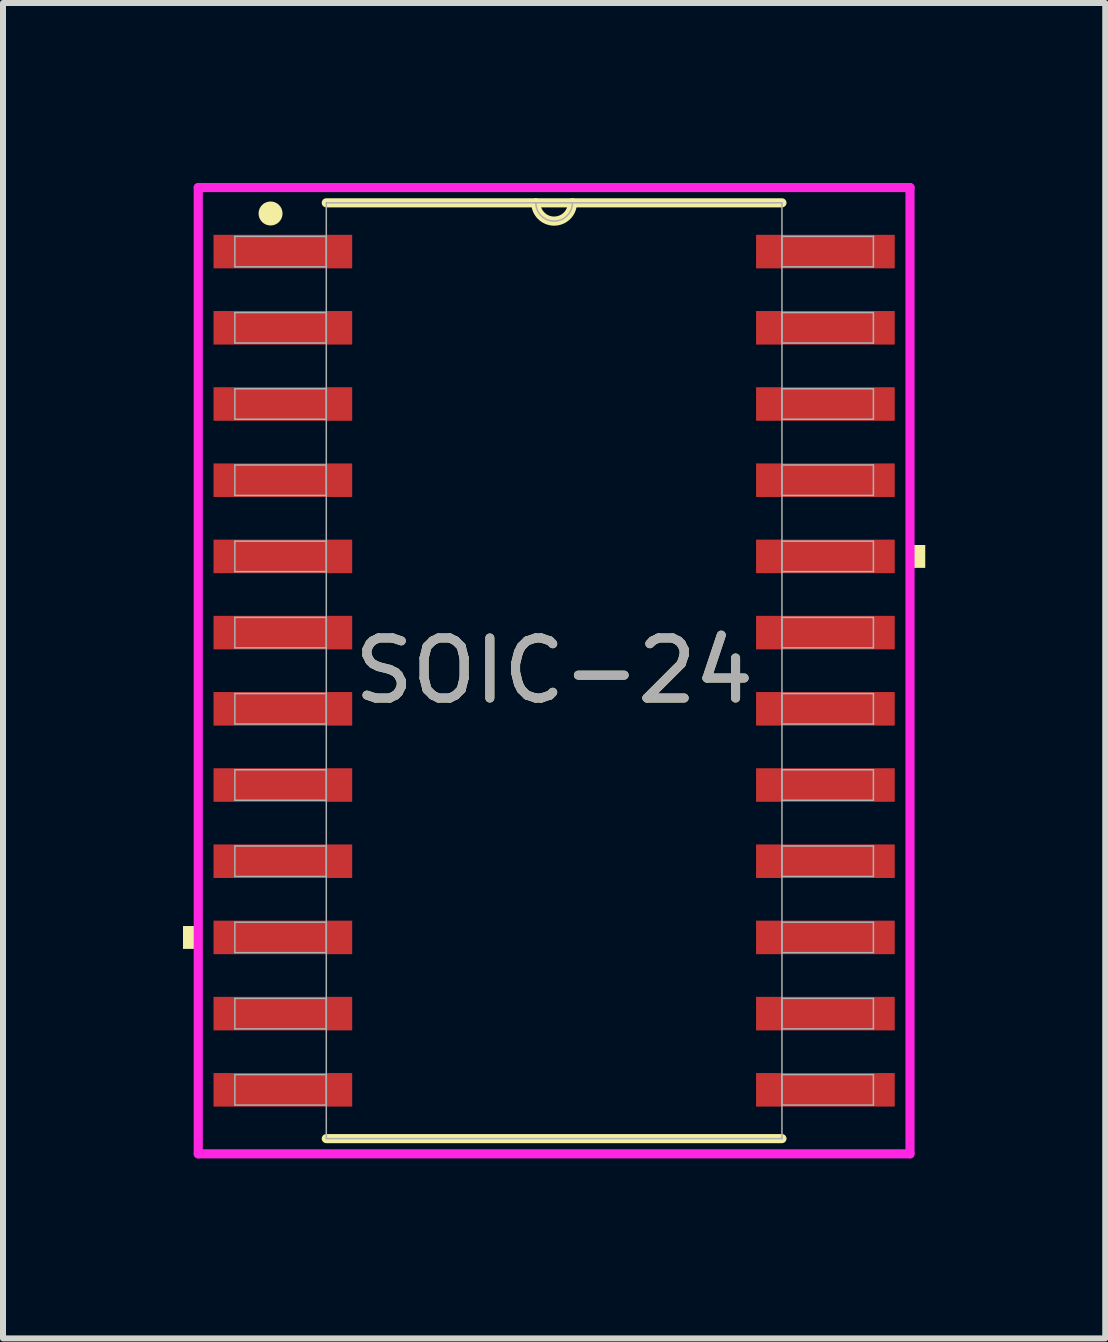
<source format=kicad_pcb>
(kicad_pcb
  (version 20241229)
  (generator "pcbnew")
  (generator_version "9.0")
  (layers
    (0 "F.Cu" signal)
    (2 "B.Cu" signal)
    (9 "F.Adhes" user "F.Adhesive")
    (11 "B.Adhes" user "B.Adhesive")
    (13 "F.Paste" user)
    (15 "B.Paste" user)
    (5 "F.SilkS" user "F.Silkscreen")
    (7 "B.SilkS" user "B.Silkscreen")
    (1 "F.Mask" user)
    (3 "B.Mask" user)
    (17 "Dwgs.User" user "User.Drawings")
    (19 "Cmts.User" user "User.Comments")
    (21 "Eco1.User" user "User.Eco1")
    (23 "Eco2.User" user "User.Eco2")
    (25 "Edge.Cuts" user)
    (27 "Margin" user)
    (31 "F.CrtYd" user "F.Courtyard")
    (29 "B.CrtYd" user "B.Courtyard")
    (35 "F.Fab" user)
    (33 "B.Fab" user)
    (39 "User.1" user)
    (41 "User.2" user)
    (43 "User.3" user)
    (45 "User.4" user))
  (footprint "SOIC-24"
    (layer "F.Cu")
    (at 6.185 8.128)
    (property "Reference" "SOIC-24" (at 0 0 0) (unlocked yes) (layer "F.SilkS") (effects (font (size 1 1) (thickness 0.15))))
    (attr smd)
    (fp_line (start -3.797 7.798) (end 3.797 7.798) (stroke (width 0.152) (type solid)) (layer "F.SilkS"))
    (fp_line (start 3.797 -7.798) (end -3.797 -7.798) (stroke (width 0.152) (type solid)) (layer "F.SilkS"))
    (fp_arc (start 0.3048 -7.7978) (mid 0 -7.493) (end -0.3048 -7.7978) (stroke (width 0.1524) (type solid)) (layer "F.SilkS"))
    (fp_circle (center -4.726 -7.62) (end -4.626 -7.62) (stroke (width 0.2) (type solid)) (fill no) (layer "F.SilkS"))
    (fp_poly (pts (xy -6.185 4.255) (xy -6.185 4.636) (xy -5.931 4.636) (xy -5.931 4.255)) (stroke (width 0) (type solid)) (fill yes) (layer "F.SilkS"))
    (fp_poly (pts (xy 6.185 -2.095) (xy 6.185 -1.714) (xy 5.931 -1.714) (xy 5.931 -2.095)) (stroke (width 0) (type solid)) (fill yes) (layer "F.SilkS"))
    (fp_line (start -5.931 -8.052) (end 5.931 -8.052) (stroke (width 0.152) (type solid)) (layer "F.CrtYd"))
    (fp_line (start -5.931 8.052) (end -5.931 -8.052) (stroke (width 0.152) (type solid)) (layer "F.CrtYd"))
    (fp_line (start 5.931 -8.052) (end 5.931 8.052) (stroke (width 0.152) (type solid)) (layer "F.CrtYd"))
    (fp_line (start 5.931 8.052) (end -5.931 8.052) (stroke (width 0.152) (type solid)) (layer "F.CrtYd"))
    (fp_line (start -5.321 -7.239) (end -5.321 -6.731) (stroke (width 0.025) (type solid)) (layer "F.Fab"))
    (fp_line (start -5.321 -6.731) (end -3.797 -6.731) (stroke (width 0.025) (type solid)) (layer "F.Fab"))
    (fp_line (start -5.321 -5.969) (end -5.321 -5.461) (stroke (width 0.025) (type solid)) (layer "F.Fab"))
    (fp_line (start -5.321 -5.461) (end -3.797 -5.461) (stroke (width 0.025) (type solid)) (layer "F.Fab"))
    (fp_line (start -5.321 -4.699) (end -5.321 -4.191) (stroke (width 0.025) (type solid)) (layer "F.Fab"))
    (fp_line (start -5.321 -4.191) (end -3.797 -4.191) (stroke (width 0.025) (type solid)) (layer "F.Fab"))
    (fp_line (start -5.321 -3.429) (end -5.321 -2.921) (stroke (width 0.025) (type solid)) (layer "F.Fab"))
    (fp_line (start -5.321 -2.921) (end -3.797 -2.921) (stroke (width 0.025) (type solid)) (layer "F.Fab"))
    (fp_line (start -5.321 -2.159) (end -5.321 -1.651) (stroke (width 0.025) (type solid)) (layer "F.Fab"))
    (fp_line (start -5.321 -1.651) (end -3.797 -1.651) (stroke (width 0.025) (type solid)) (layer "F.Fab"))
    (fp_line (start -5.321 -0.889) (end -5.321 -0.381) (stroke (width 0.025) (type solid)) (layer "F.Fab"))
    (fp_line (start -5.321 -0.381) (end -3.797 -0.381) (stroke (width 0.025) (type solid)) (layer "F.Fab"))
    (fp_line (start -5.321 0.381) (end -5.321 0.889) (stroke (width 0.025) (type solid)) (layer "F.Fab"))
    (fp_line (start -5.321 0.889) (end -3.797 0.889) (stroke (width 0.025) (type solid)) (layer "F.Fab"))
    (fp_line (start -5.321 1.651) (end -5.321 2.159) (stroke (width 0.025) (type solid)) (layer "F.Fab"))
    (fp_line (start -5.321 2.159) (end -3.797 2.159) (stroke (width 0.025) (type solid)) (layer "F.Fab"))
    (fp_line (start -5.321 2.921) (end -5.321 3.429) (stroke (width 0.025) (type solid)) (layer "F.Fab"))
    (fp_line (start -5.321 3.429) (end -3.797 3.429) (stroke (width 0.025) (type solid)) (layer "F.Fab"))
    (fp_line (start -5.321 4.191) (end -5.321 4.699) (stroke (width 0.025) (type solid)) (layer "F.Fab"))
    (fp_line (start -5.321 4.699) (end -3.797 4.699) (stroke (width 0.025) (type solid)) (layer "F.Fab"))
    (fp_line (start -5.321 5.461) (end -5.321 5.969) (stroke (width 0.025) (type solid)) (layer "F.Fab"))
    (fp_line (start -5.321 5.969) (end -3.797 5.969) (stroke (width 0.025) (type solid)) (layer "F.Fab"))
    (fp_line (start -5.321 6.731) (end -5.321 7.239) (stroke (width 0.025) (type solid)) (layer "F.Fab"))
    (fp_line (start -5.321 7.239) (end -3.797 7.239) (stroke (width 0.025) (type solid)) (layer "F.Fab"))
    (fp_line (start -3.797 -7.798) (end -3.797 7.798) (stroke (width 0.025) (type solid)) (layer "F.Fab"))
    (fp_line (start -3.797 -7.239) (end -5.321 -7.239) (stroke (width 0.025) (type solid)) (layer "F.Fab"))
    (fp_line (start -3.797 -6.731) (end -3.797 -7.239) (stroke (width 0.025) (type solid)) (layer "F.Fab"))
    (fp_line (start -3.797 -5.969) (end -5.321 -5.969) (stroke (width 0.025) (type solid)) (layer "F.Fab"))
    (fp_line (start -3.797 -5.461) (end -3.797 -5.969) (stroke (width 0.025) (type solid)) (layer "F.Fab"))
    (fp_line (start -3.797 -4.699) (end -5.321 -4.699) (stroke (width 0.025) (type solid)) (layer "F.Fab"))
    (fp_line (start -3.797 -4.191) (end -3.797 -4.699) (stroke (width 0.025) (type solid)) (layer "F.Fab"))
    (fp_line (start -3.797 -3.429) (end -5.321 -3.429) (stroke (width 0.025) (type solid)) (layer "F.Fab"))
    (fp_line (start -3.797 -2.921) (end -3.797 -3.429) (stroke (width 0.025) (type solid)) (layer "F.Fab"))
    (fp_line (start -3.797 -2.159) (end -5.321 -2.159) (stroke (width 0.025) (type solid)) (layer "F.Fab"))
    (fp_line (start -3.797 -1.651) (end -3.797 -2.159) (stroke (width 0.025) (type solid)) (layer "F.Fab"))
    (fp_line (start -3.797 -0.889) (end -5.321 -0.889) (stroke (width 0.025) (type solid)) (layer "F.Fab"))
    (fp_line (start -3.797 -0.381) (end -3.797 -0.889) (stroke (width 0.025) (type solid)) (layer "F.Fab"))
    (fp_line (start -3.797 0.381) (end -5.321 0.381) (stroke (width 0.025) (type solid)) (layer "F.Fab"))
    (fp_line (start -3.797 0.889) (end -3.797 0.381) (stroke (width 0.025) (type solid)) (layer "F.Fab"))
    (fp_line (start -3.797 1.651) (end -5.321 1.651) (stroke (width 0.025) (type solid)) (layer "F.Fab"))
    (fp_line (start -3.797 2.159) (end -3.797 1.651) (stroke (width 0.025) (type solid)) (layer "F.Fab"))
    (fp_line (start -3.797 2.921) (end -5.321 2.921) (stroke (width 0.025) (type solid)) (layer "F.Fab"))
    (fp_line (start -3.797 3.429) (end -3.797 2.921) (stroke (width 0.025) (type solid)) (layer "F.Fab"))
    (fp_line (start -3.797 4.191) (end -5.321 4.191) (stroke (width 0.025) (type solid)) (layer "F.Fab"))
    (fp_line (start -3.797 4.699) (end -3.797 4.191) (stroke (width 0.025) (type solid)) (layer "F.Fab"))
    (fp_line (start -3.797 5.461) (end -5.321 5.461) (stroke (width 0.025) (type solid)) (layer "F.Fab"))
    (fp_line (start -3.797 5.969) (end -3.797 5.461) (stroke (width 0.025) (type solid)) (layer "F.Fab"))
    (fp_line (start -3.797 6.731) (end -5.321 6.731) (stroke (width 0.025) (type solid)) (layer "F.Fab"))
    (fp_line (start -3.797 7.239) (end -3.797 6.731) (stroke (width 0.025) (type solid)) (layer "F.Fab"))
    (fp_line (start -3.797 7.798) (end 3.797 7.798) (stroke (width 0.025) (type solid)) (layer "F.Fab"))
    (fp_line (start 3.797 -7.798) (end -3.797 -7.798) (stroke (width 0.025) (type solid)) (layer "F.Fab"))
    (fp_line (start 3.797 -7.239) (end 3.797 -6.731) (stroke (width 0.025) (type solid)) (layer "F.Fab"))
    (fp_line (start 3.797 -6.731) (end 5.321 -6.731) (stroke (width 0.025) (type solid)) (layer "F.Fab"))
    (fp_line (start 3.797 -5.969) (end 3.797 -5.461) (stroke (width 0.025) (type solid)) (layer "F.Fab"))
    (fp_line (start 3.797 -5.461) (end 5.321 -5.461) (stroke (width 0.025) (type solid)) (layer "F.Fab"))
    (fp_line (start 3.797 -4.699) (end 3.797 -4.191) (stroke (width 0.025) (type solid)) (layer "F.Fab"))
    (fp_line (start 3.797 -4.191) (end 5.321 -4.191) (stroke (width 0.025) (type solid)) (layer "F.Fab"))
    (fp_line (start 3.797 -3.429) (end 3.797 -2.921) (stroke (width 0.025) (type solid)) (layer "F.Fab"))
    (fp_line (start 3.797 -2.921) (end 5.321 -2.921) (stroke (width 0.025) (type solid)) (layer "F.Fab"))
    (fp_line (start 3.797 -2.159) (end 3.797 -1.651) (stroke (width 0.025) (type solid)) (layer "F.Fab"))
    (fp_line (start 3.797 -1.651) (end 5.321 -1.651) (stroke (width 0.025) (type solid)) (layer "F.Fab"))
    (fp_line (start 3.797 -0.889) (end 3.797 -0.381) (stroke (width 0.025) (type solid)) (layer "F.Fab"))
    (fp_line (start 3.797 -0.381) (end 5.321 -0.381) (stroke (width 0.025) (type solid)) (layer "F.Fab"))
    (fp_line (start 3.797 0.381) (end 3.797 0.889) (stroke (width 0.025) (type solid)) (layer "F.Fab"))
    (fp_line (start 3.797 0.889) (end 5.321 0.889) (stroke (width 0.025) (type solid)) (layer "F.Fab"))
    (fp_line (start 3.797 1.651) (end 3.797 2.159) (stroke (width 0.025) (type solid)) (layer "F.Fab"))
    (fp_line (start 3.797 2.159) (end 5.321 2.159) (stroke (width 0.025) (type solid)) (layer "F.Fab"))
    (fp_line (start 3.797 2.921) (end 3.797 3.429) (stroke (width 0.025) (type solid)) (layer "F.Fab"))
    (fp_line (start 3.797 3.429) (end 5.321 3.429) (stroke (width 0.025) (type solid)) (layer "F.Fab"))
    (fp_line (start 3.797 4.191) (end 3.797 4.699) (stroke (width 0.025) (type solid)) (layer "F.Fab"))
    (fp_line (start 3.797 4.699) (end 5.321 4.699) (stroke (width 0.025) (type solid)) (layer "F.Fab"))
    (fp_line (start 3.797 5.461) (end 3.797 5.969) (stroke (width 0.025) (type solid)) (layer "F.Fab"))
    (fp_line (start 3.797 5.969) (end 5.321 5.969) (stroke (width 0.025) (type solid)) (layer "F.Fab"))
    (fp_line (start 3.797 6.731) (end 3.797 7.239) (stroke (width 0.025) (type solid)) (layer "F.Fab"))
    (fp_line (start 3.797 7.239) (end 5.321 7.239) (stroke (width 0.025) (type solid)) (layer "F.Fab"))
    (fp_line (start 3.797 7.798) (end 3.797 -7.798) (stroke (width 0.025) (type solid)) (layer "F.Fab"))
    (fp_line (start 5.321 -7.239) (end 3.797 -7.239) (stroke (width 0.025) (type solid)) (layer "F.Fab"))
    (fp_line (start 5.321 -6.731) (end 5.321 -7.239) (stroke (width 0.025) (type solid)) (layer "F.Fab"))
    (fp_line (start 5.321 -5.969) (end 3.797 -5.969) (stroke (width 0.025) (type solid)) (layer "F.Fab"))
    (fp_line (start 5.321 -5.461) (end 5.321 -5.969) (stroke (width 0.025) (type solid)) (layer "F.Fab"))
    (fp_line (start 5.321 -4.699) (end 3.797 -4.699) (stroke (width 0.025) (type solid)) (layer "F.Fab"))
    (fp_line (start 5.321 -4.191) (end 5.321 -4.699) (stroke (width 0.025) (type solid)) (layer "F.Fab"))
    (fp_line (start 5.321 -3.429) (end 3.797 -3.429) (stroke (width 0.025) (type solid)) (layer "F.Fab"))
    (fp_line (start 5.321 -2.921) (end 5.321 -3.429) (stroke (width 0.025) (type solid)) (layer "F.Fab"))
    (fp_line (start 5.321 -2.159) (end 3.797 -2.159) (stroke (width 0.025) (type solid)) (layer "F.Fab"))
    (fp_line (start 5.321 -1.651) (end 5.321 -2.159) (stroke (width 0.025) (type solid)) (layer "F.Fab"))
    (fp_line (start 5.321 -0.889) (end 3.797 -0.889) (stroke (width 0.025) (type solid)) (layer "F.Fab"))
    (fp_line (start 5.321 -0.381) (end 5.321 -0.889) (stroke (width 0.025) (type solid)) (layer "F.Fab"))
    (fp_line (start 5.321 0.381) (end 3.797 0.381) (stroke (width 0.025) (type solid)) (layer "F.Fab"))
    (fp_line (start 5.321 0.889) (end 5.321 0.381) (stroke (width 0.025) (type solid)) (layer "F.Fab"))
    (fp_line (start 5.321 1.651) (end 3.797 1.651) (stroke (width 0.025) (type solid)) (layer "F.Fab"))
    (fp_line (start 5.321 2.159) (end 5.321 1.651) (stroke (width 0.025) (type solid)) (layer "F.Fab"))
    (fp_line (start 5.321 2.921) (end 3.797 2.921) (stroke (width 0.025) (type solid)) (layer "F.Fab"))
    (fp_line (start 5.321 3.429) (end 5.321 2.921) (stroke (width 0.025) (type solid)) (layer "F.Fab"))
    (fp_line (start 5.321 4.191) (end 3.797 4.191) (stroke (width 0.025) (type solid)) (layer "F.Fab"))
    (fp_line (start 5.321 4.699) (end 5.321 4.191) (stroke (width 0.025) (type solid)) (layer "F.Fab"))
    (fp_line (start 5.321 5.461) (end 3.797 5.461) (stroke (width 0.025) (type solid)) (layer "F.Fab"))
    (fp_line (start 5.321 5.969) (end 5.321 5.461) (stroke (width 0.025) (type solid)) (layer "F.Fab"))
    (fp_line (start 5.321 6.731) (end 3.797 6.731) (stroke (width 0.025) (type solid)) (layer "F.Fab"))
    (fp_line (start 5.321 7.239) (end 5.321 6.731) (stroke (width 0.025) (type solid)) (layer "F.Fab"))
    (fp_arc (start 0.3048 -7.7978) (mid 0 -7.493) (end -0.3048 -7.7978) (stroke (width 0.0254) (type solid)) (layer "F.Fab"))
    (fp_text user "${REFERENCE}" (at 0 0 0) (unlocked yes) (layer "F.Fab") (effects (font (size 1 1) (thickness 0.15))))
    (pad "1" smd rect (at -4.521 -6.985) (size 2.311 0.559) (layers "F.Cu" "F.Mask" "F.Paste"))
    (pad "2" smd rect (at -4.521 -5.715) (size 2.311 0.559) (layers "F.Cu" "F.Mask" "F.Paste"))
    (pad "3" smd rect (at -4.521 -4.445) (size 2.311 0.559) (layers "F.Cu" "F.Mask" "F.Paste"))
    (pad "4" smd rect (at -4.521 -3.175) (size 2.311 0.559) (layers "F.Cu" "F.Mask" "F.Paste"))
    (pad "5" smd rect (at -4.521 -1.905) (size 2.311 0.559) (layers "F.Cu" "F.Mask" "F.Paste"))
    (pad "6" smd rect (at -4.521 -0.635) (size 2.311 0.559) (layers "F.Cu" "F.Mask" "F.Paste"))
    (pad "7" smd rect (at -4.521 0.635) (size 2.311 0.559) (layers "F.Cu" "F.Mask" "F.Paste"))
    (pad "8" smd rect (at -4.521 1.905) (size 2.311 0.559) (layers "F.Cu" "F.Mask" "F.Paste"))
    (pad "9" smd rect (at -4.521 3.175) (size 2.311 0.559) (layers "F.Cu" "F.Mask" "F.Paste"))
    (pad "10" smd rect (at -4.521 4.445) (size 2.311 0.559) (layers "F.Cu" "F.Mask" "F.Paste"))
    (pad "11" smd rect (at -4.521 5.715) (size 2.311 0.559) (layers "F.Cu" "F.Mask" "F.Paste"))
    (pad "12" smd rect (at -4.521 6.985) (size 2.311 0.559) (layers "F.Cu" "F.Mask" "F.Paste"))
    (pad "13" smd rect (at 4.521 6.985) (size 2.311 0.559) (layers "F.Cu" "F.Mask" "F.Paste"))
    (pad "14" smd rect (at 4.521 5.715) (size 2.311 0.559) (layers "F.Cu" "F.Mask" "F.Paste"))
    (pad "15" smd rect (at 4.521 4.445) (size 2.311 0.559) (layers "F.Cu" "F.Mask" "F.Paste"))
    (pad "16" smd rect (at 4.521 3.175) (size 2.311 0.559) (layers "F.Cu" "F.Mask" "F.Paste"))
    (pad "17" smd rect (at 4.521 1.905) (size 2.311 0.559) (layers "F.Cu" "F.Mask" "F.Paste"))
    (pad "18" smd rect (at 4.521 0.635) (size 2.311 0.559) (layers "F.Cu" "F.Mask" "F.Paste"))
    (pad "19" smd rect (at 4.521 -0.635) (size 2.311 0.559) (layers "F.Cu" "F.Mask" "F.Paste"))
    (pad "20" smd rect (at 4.521 -1.905) (size 2.311 0.559) (layers "F.Cu" "F.Mask" "F.Paste"))
    (pad "21" smd rect (at 4.521 -3.175) (size 2.311 0.559) (layers "F.Cu" "F.Mask" "F.Paste"))
    (pad "22" smd rect (at 4.521 -4.445) (size 2.311 0.559) (layers "F.Cu" "F.Mask" "F.Paste"))
    (pad "23" smd rect (at 4.521 -5.715) (size 2.311 0.559) (layers "F.Cu" "F.Mask" "F.Paste"))
    (pad "24" smd rect (at 4.521 -6.985) (size 2.311 0.559) (layers "F.Cu" "F.Mask" "F.Paste")))
  (gr_rect
    (start -3 -3)
    (end 15.37 19.256)
    (stroke (width 0.1) (type default))
    (fill no)
    (layer "Edge.Cuts")))
</source>
